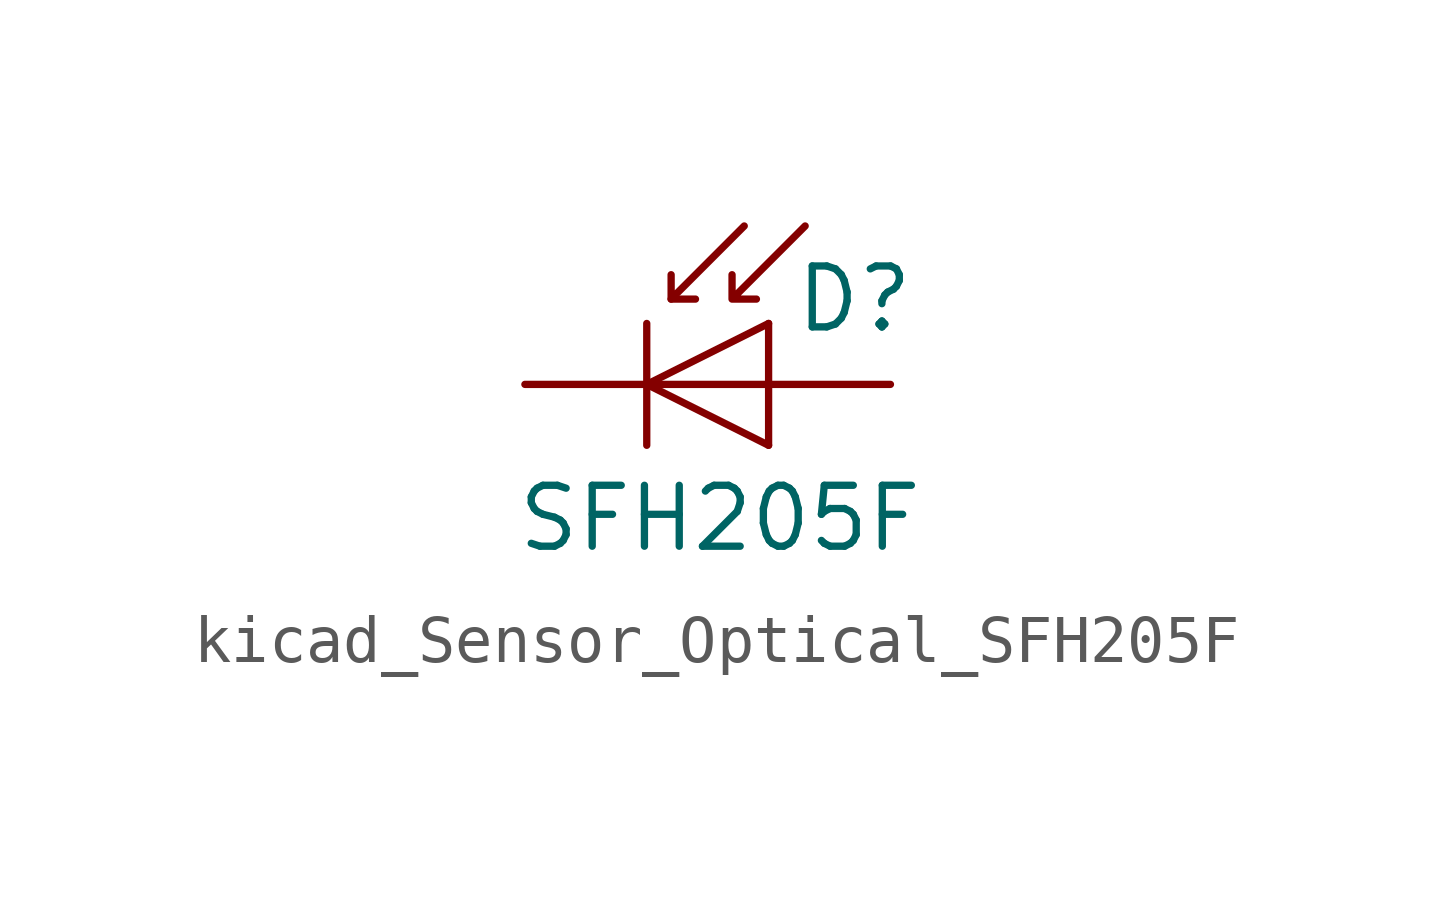
<source format=kicad_sym>
(kicad_symbol_lib
  (version 20220914)
  (generator kicad_symbol_editor)
  (symbol "kicad_Sensor_Optical_SFH205F"
    (pin_numbers hide)
    (pin_names
      (offset 1.016) hide)
    (property "Reference" "D"
      (at 0.508 1.778 0)
      (effects (font (size 1.27 1.27)) (justify left)))
    (property "Value" "SFH205F"
      (at -1.016 -2.794 0)
      (effects (font (size 1.27 1.27))))
    (symbol "kicad_Sensor_Optical_SFH205F_0_1"
      (polyline (pts (xy -2.54 1.27) (xy -2.54 -1.27)) (stroke (width 0.152) (type default)) (fill (type none)))
      (polyline (pts (xy -2.032 1.778) (xy -1.524 1.778)) (stroke (width 0) (type default)) (fill (type none)))
      (polyline (pts (xy 0 0) (xy -2.54 0)) (stroke (width 0) (type default)) (fill (type none)))
      (polyline (pts (xy 0 1.27) (xy 0 -1.27)) (stroke (width 0) (type default)) (fill (type none)))
      (polyline (pts (xy -0.508 3.302) (xy -2.032 1.778) (xy -2.032 2.286)) (stroke (width 0) (type default)) (fill (type none)))
      (polyline (pts (xy 0 1.27) (xy -2.54 0) (xy 0 -1.27)) (stroke (width 0) (type default)) (fill (type none)))
      (polyline (pts (xy 0.762 3.302) (xy -0.762 1.778) (xy -0.762 2.286) (xy -0.762 1.778) (xy -0.254 1.778)) (stroke (width 0) (type default)) (fill (type none))))
    (symbol "kicad_Sensor_Optical_SFH205F_1_1"
      (pin passive line (at -5.08 0 0) (length 2.54) (name "K" (effects (font (size 1.27 1.27)))) (number "1" (effects (font (size 1.27 1.27)))))
      (pin passive line (at 2.54 0 180) (length 2.54) (name "A" (effects (font (size 1.27 1.27)))) (number "2" (effects (font (size 1.27 1.27))))))))
</source>
